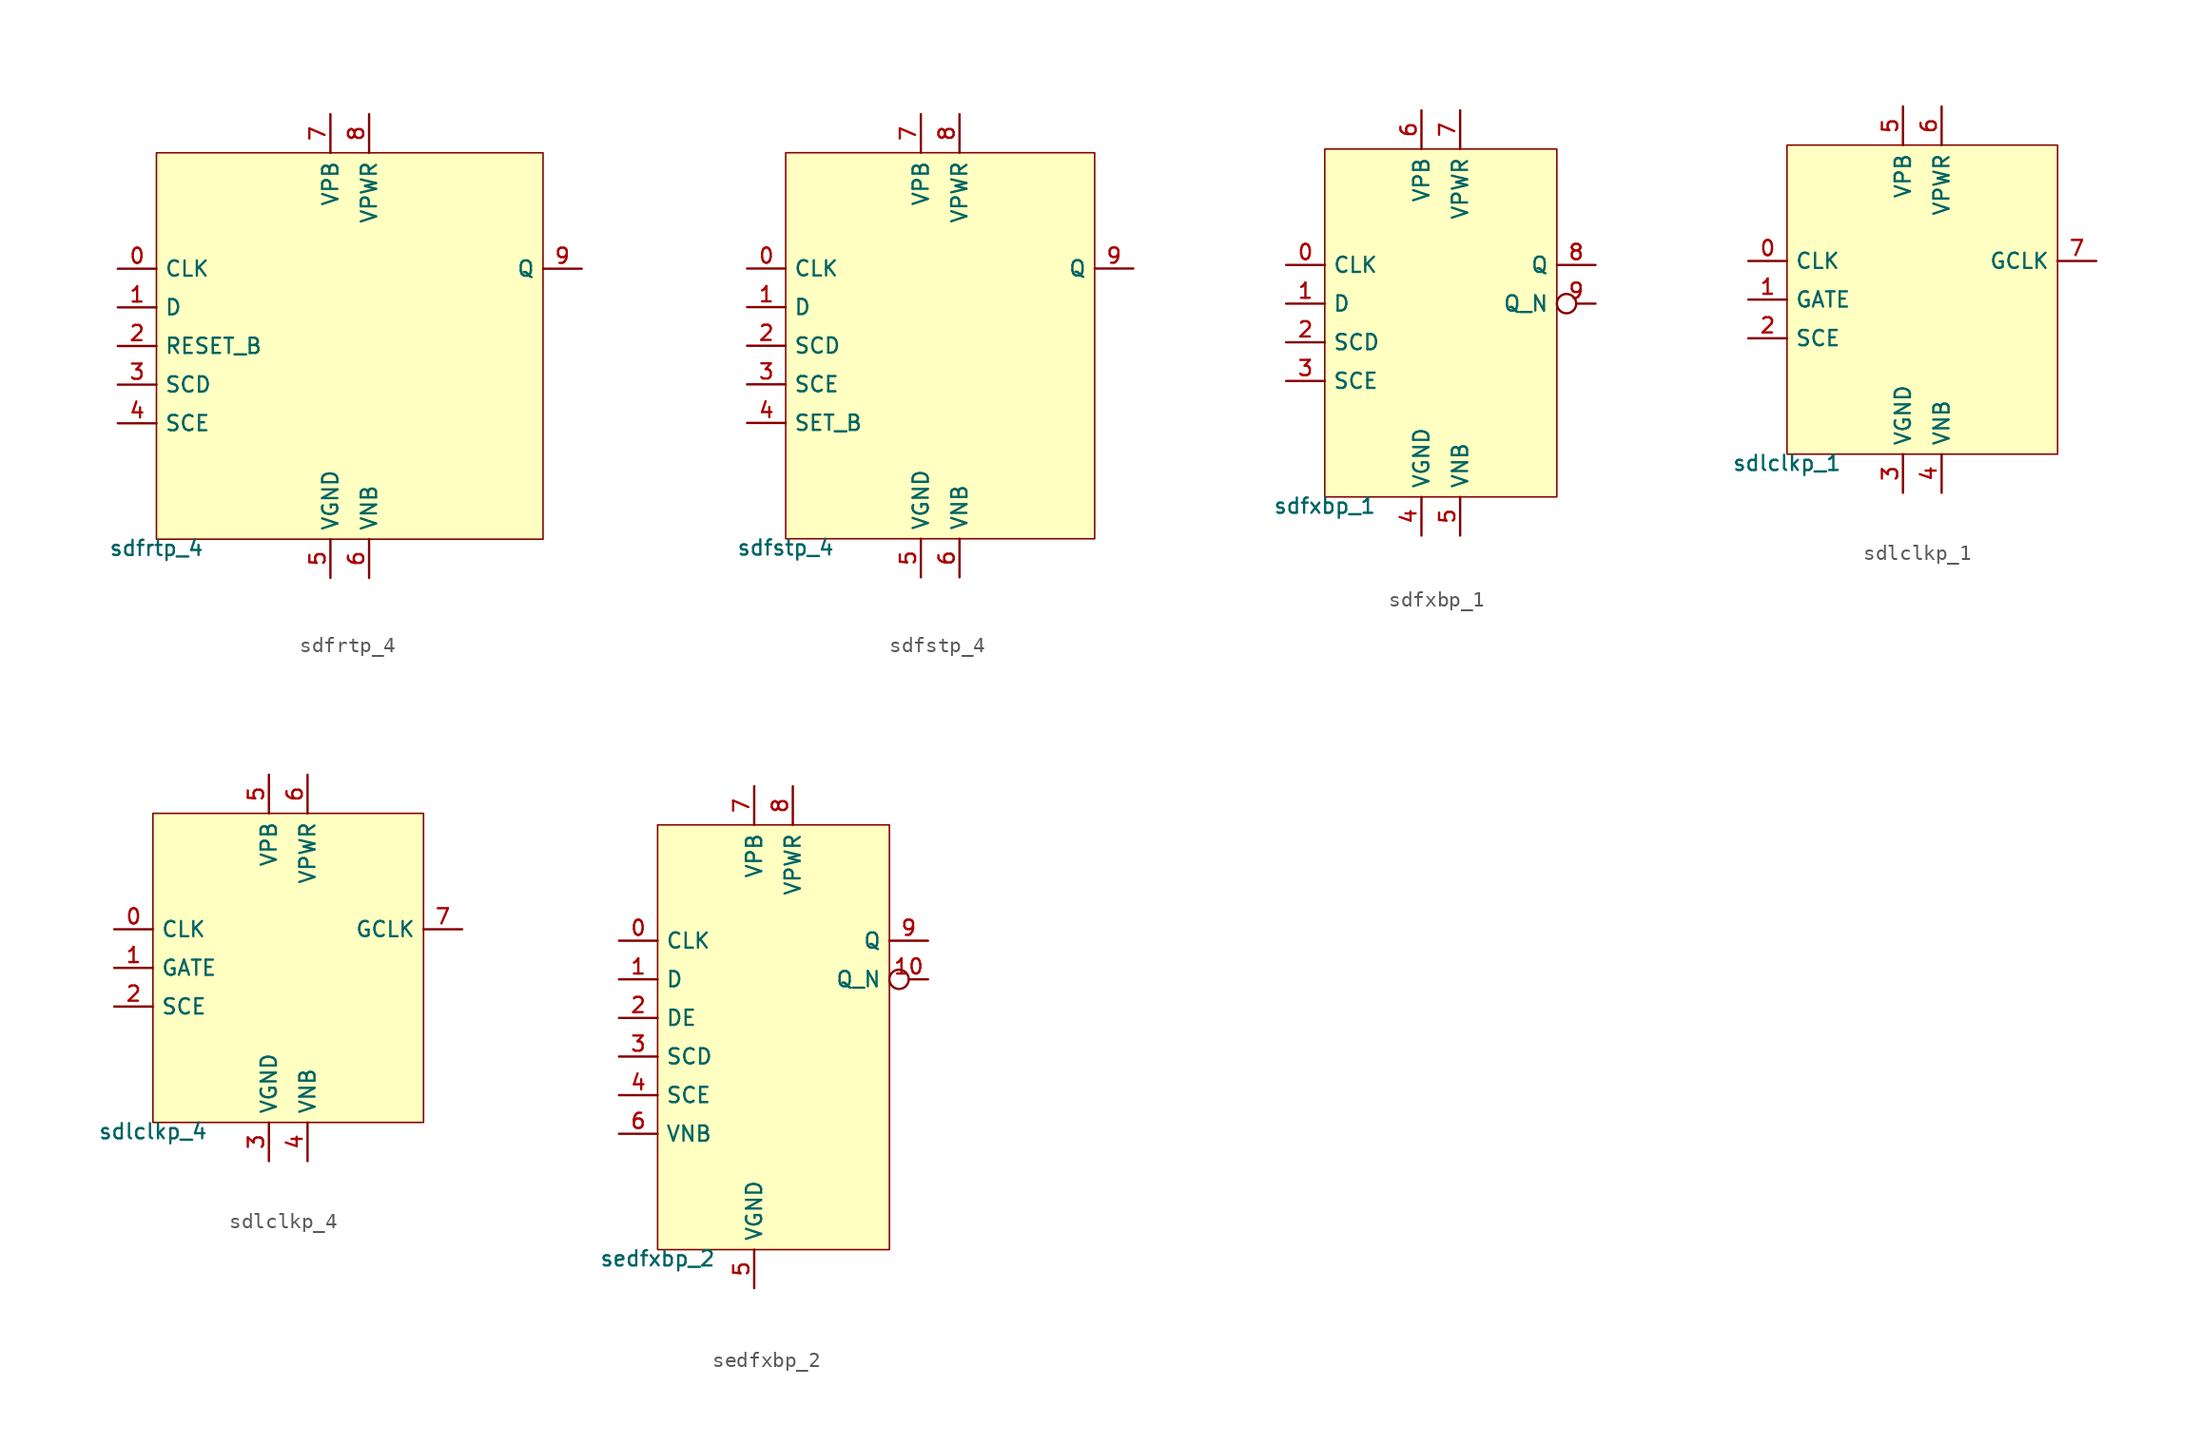
<source format=kicad_sym>
(kicad_symbol_lib
  (version 20211014)
  (generator lef2kicad_sym)
  (symbol "sdfrtp_4"
    (property "Reference" "CELL"
      (at 0 0 0)
      (effects (font (size 1 1)) hide))
    (property "Value" "sdfrtp_4"
      (at -12.7 -12.7 0)
      (effects (font (size 1 1)) (justify top)))
    (rectangle
      (start -12.7 -12.7)
      (end 12.7 12.7)
      (stroke (width 0.1) (type solid) (color 0 0 0 0))
      (fill (type background)))
    (pin input line
      (at -15.24 5.08 0)
      (length 2.54)
      (name "CLK" (effects (font (size 1 1)) hide))
      (number "0" (effects (font (size 1 1)) hide)))
    (pin input line
      (at -15.24 2.54 0)
      (length 2.54)
      (name "D" (effects (font (size 1 1)) hide))
      (number "1" (effects (font (size 1 1)) hide)))
    (pin input line
      (at -15.24 -8.881784197001252e-16 0)
      (length 2.54)
      (name "RESET_B" (effects (font (size 1 1)) hide))
      (number "2" (effects (font (size 1 1)) hide)))
    (pin input line
      (at -15.24 -2.54 0)
      (length 2.54)
      (name "SCD" (effects (font (size 1 1)) hide))
      (number "3" (effects (font (size 1 1)) hide)))
    (pin input line
      (at -15.24 -5.08 0)
      (length 2.54)
      (name "SCE" (effects (font (size 1 1)) hide))
      (number "4" (effects (font (size 1 1)) hide)))
    (pin power_in line
      (at -1.27 -15.24 90)
      (length 2.54)
      (name "VGND" (effects (font (size 1 1)) hide))
      (number "5" (effects (font (size 1 1)) hide)))
    (pin power_in line
      (at 1.27 -15.24 90)
      (length 2.54)
      (name "VNB" (effects (font (size 1 1)) hide))
      (number "6" (effects (font (size 1 1)) hide)))
    (pin power_in line
      (at -1.27 15.24 270)
      (length 2.54)
      (name "VPB" (effects (font (size 1 1)) hide))
      (number "7" (effects (font (size 1 1)) hide)))
    (pin power_in line
      (at 1.27 15.24 270)
      (length 2.54)
      (name "VPWR" (effects (font (size 1 1)) hide))
      (number "8" (effects (font (size 1 1)) hide)))
    (pin output line
      (at 15.24 5.08 180)
      (length 2.54)
      (name "Q" (effects (font (size 1 1)) hide))
      (number "9" (effects (font (size 1 1)) hide))))
  (symbol "sdfstp_4"
    (property "Reference" "CELL"
      (at 0 0 0)
      (effects (font (size 1 1)) hide))
    (property "Value" "sdfstp_4"
      (at -10.16 -12.7 0)
      (effects (font (size 1 1)) (justify top)))
    (rectangle
      (start -10.16 -12.7)
      (end 10.16 12.7)
      (stroke (width 0.1) (type solid) (color 0 0 0 0))
      (fill (type background)))
    (pin input line
      (at -12.7 5.08 0)
      (length 2.54)
      (name "CLK" (effects (font (size 1 1)) hide))
      (number "0" (effects (font (size 1 1)) hide)))
    (pin input line
      (at -12.7 2.54 0)
      (length 2.54)
      (name "D" (effects (font (size 1 1)) hide))
      (number "1" (effects (font (size 1 1)) hide)))
    (pin input line
      (at -12.7 -8.881784197001252e-16 0)
      (length 2.54)
      (name "SCD" (effects (font (size 1 1)) hide))
      (number "2" (effects (font (size 1 1)) hide)))
    (pin input line
      (at -12.7 -2.54 0)
      (length 2.54)
      (name "SCE" (effects (font (size 1 1)) hide))
      (number "3" (effects (font (size 1 1)) hide)))
    (pin input line
      (at -12.7 -5.08 0)
      (length 2.54)
      (name "SET_B" (effects (font (size 1 1)) hide))
      (number "4" (effects (font (size 1 1)) hide)))
    (pin power_in line
      (at -1.27 -15.24 90)
      (length 2.54)
      (name "VGND" (effects (font (size 1 1)) hide))
      (number "5" (effects (font (size 1 1)) hide)))
    (pin power_in line
      (at 1.27 -15.24 90)
      (length 2.54)
      (name "VNB" (effects (font (size 1 1)) hide))
      (number "6" (effects (font (size 1 1)) hide)))
    (pin power_in line
      (at -1.27 15.24 270)
      (length 2.54)
      (name "VPB" (effects (font (size 1 1)) hide))
      (number "7" (effects (font (size 1 1)) hide)))
    (pin power_in line
      (at 1.27 15.24 270)
      (length 2.54)
      (name "VPWR" (effects (font (size 1 1)) hide))
      (number "8" (effects (font (size 1 1)) hide)))
    (pin output line
      (at 12.7 5.08 180)
      (length 2.54)
      (name "Q" (effects (font (size 1 1)) hide))
      (number "9" (effects (font (size 1 1)) hide))))
  (symbol "sdfxbp_1"
    (property "Reference" "CELL"
      (at 0 0 0)
      (effects (font (size 1 1)) hide))
    (property "Value" "sdfxbp_1"
      (at -7.62 -11.43 0)
      (effects (font (size 1 1)) (justify top)))
    (rectangle
      (start -7.62 -11.43)
      (end 7.62 11.43)
      (stroke (width 0.1) (type solid) (color 0 0 0 0))
      (fill (type background)))
    (pin input line
      (at -10.16 3.81 0)
      (length 2.54)
      (name "CLK" (effects (font (size 1 1)) hide))
      (number "0" (effects (font (size 1 1)) hide)))
    (pin input line
      (at -10.16 1.27 0)
      (length 2.54)
      (name "D" (effects (font (size 1 1)) hide))
      (number "1" (effects (font (size 1 1)) hide)))
    (pin input line
      (at -10.16 -1.27 0)
      (length 2.54)
      (name "SCD" (effects (font (size 1 1)) hide))
      (number "2" (effects (font (size 1 1)) hide)))
    (pin input line
      (at -10.16 -3.81 0)
      (length 2.54)
      (name "SCE" (effects (font (size 1 1)) hide))
      (number "3" (effects (font (size 1 1)) hide)))
    (pin power_in line
      (at -1.27 -13.97 90)
      (length 2.54)
      (name "VGND" (effects (font (size 1 1)) hide))
      (number "4" (effects (font (size 1 1)) hide)))
    (pin power_in line
      (at 1.27 -13.97 90)
      (length 2.54)
      (name "VNB" (effects (font (size 1 1)) hide))
      (number "5" (effects (font (size 1 1)) hide)))
    (pin power_in line
      (at -1.27 13.97 270)
      (length 2.54)
      (name "VPB" (effects (font (size 1 1)) hide))
      (number "6" (effects (font (size 1 1)) hide)))
    (pin power_in line
      (at 1.27 13.97 270)
      (length 2.54)
      (name "VPWR" (effects (font (size 1 1)) hide))
      (number "7" (effects (font (size 1 1)) hide)))
    (pin output line
      (at 10.16 3.81 180)
      (length 2.54)
      (name "Q" (effects (font (size 1 1)) hide))
      (number "8" (effects (font (size 1 1)) hide)))
    (pin output inverted
      (at 10.16 1.27 180)
      (length 2.54)
      (name "Q_N" (effects (font (size 1 1)) hide))
      (number "9" (effects (font (size 1 1)) hide))))
  (symbol "sdlclkp_1"
    (property "Reference" "CELL"
      (at 0 0 0)
      (effects (font (size 1 1)) hide))
    (property "Value" "sdlclkp_1"
      (at -8.89 -10.16 0)
      (effects (font (size 1 1)) (justify top)))
    (rectangle
      (start -8.89 -10.16)
      (end 8.89 10.16)
      (stroke (width 0.1) (type solid) (color 0 0 0 0))
      (fill (type background)))
    (pin input line
      (at -11.43 2.54 0)
      (length 2.54)
      (name "CLK" (effects (font (size 1 1)) hide))
      (number "0" (effects (font (size 1 1)) hide)))
    (pin input line
      (at -11.43 0.0 0)
      (length 2.54)
      (name "GATE" (effects (font (size 1 1)) hide))
      (number "1" (effects (font (size 1 1)) hide)))
    (pin input line
      (at -11.43 -2.54 0)
      (length 2.54)
      (name "SCE" (effects (font (size 1 1)) hide))
      (number "2" (effects (font (size 1 1)) hide)))
    (pin power_in line
      (at -1.27 -12.7 90)
      (length 2.54)
      (name "VGND" (effects (font (size 1 1)) hide))
      (number "3" (effects (font (size 1 1)) hide)))
    (pin power_in line
      (at 1.27 -12.7 90)
      (length 2.54)
      (name "VNB" (effects (font (size 1 1)) hide))
      (number "4" (effects (font (size 1 1)) hide)))
    (pin power_in line
      (at -1.27 12.7 270)
      (length 2.54)
      (name "VPB" (effects (font (size 1 1)) hide))
      (number "5" (effects (font (size 1 1)) hide)))
    (pin power_in line
      (at 1.27 12.7 270)
      (length 2.54)
      (name "VPWR" (effects (font (size 1 1)) hide))
      (number "6" (effects (font (size 1 1)) hide)))
    (pin output line
      (at 11.43 2.54 180)
      (length 2.54)
      (name "GCLK" (effects (font (size 1 1)) hide))
      (number "7" (effects (font (size 1 1)) hide))))
  (symbol "sdlclkp_4"
    (property "Reference" "CELL"
      (at 0 0 0)
      (effects (font (size 1 1)) hide))
    (property "Value" "sdlclkp_4"
      (at -8.89 -10.16 0)
      (effects (font (size 1 1)) (justify top)))
    (rectangle
      (start -8.89 -10.16)
      (end 8.89 10.16)
      (stroke (width 0.1) (type solid) (color 0 0 0 0))
      (fill (type background)))
    (pin input line
      (at -11.43 2.54 0)
      (length 2.54)
      (name "CLK" (effects (font (size 1 1)) hide))
      (number "0" (effects (font (size 1 1)) hide)))
    (pin input line
      (at -11.43 0.0 0)
      (length 2.54)
      (name "GATE" (effects (font (size 1 1)) hide))
      (number "1" (effects (font (size 1 1)) hide)))
    (pin input line
      (at -11.43 -2.54 0)
      (length 2.54)
      (name "SCE" (effects (font (size 1 1)) hide))
      (number "2" (effects (font (size 1 1)) hide)))
    (pin power_in line
      (at -1.27 -12.7 90)
      (length 2.54)
      (name "VGND" (effects (font (size 1 1)) hide))
      (number "3" (effects (font (size 1 1)) hide)))
    (pin power_in line
      (at 1.27 -12.7 90)
      (length 2.54)
      (name "VNB" (effects (font (size 1 1)) hide))
      (number "4" (effects (font (size 1 1)) hide)))
    (pin power_in line
      (at -1.27 12.7 270)
      (length 2.54)
      (name "VPB" (effects (font (size 1 1)) hide))
      (number "5" (effects (font (size 1 1)) hide)))
    (pin power_in line
      (at 1.27 12.7 270)
      (length 2.54)
      (name "VPWR" (effects (font (size 1 1)) hide))
      (number "6" (effects (font (size 1 1)) hide)))
    (pin output line
      (at 11.43 2.54 180)
      (length 2.54)
      (name "GCLK" (effects (font (size 1 1)) hide))
      (number "7" (effects (font (size 1 1)) hide))))
  (symbol "sedfxbp_2"
    (property "Reference" "CELL"
      (at 0 0 0)
      (effects (font (size 1 1)) hide))
    (property "Value" "sedfxbp_2"
      (at -7.62 -13.97 0)
      (effects (font (size 1 1)) (justify top)))
    (rectangle
      (start -7.62 -13.97)
      (end 7.62 13.97)
      (stroke (width 0.1) (type solid) (color 0 0 0 0))
      (fill (type background)))
    (pin input line
      (at -10.16 6.35 0)
      (length 2.54)
      (name "CLK" (effects (font (size 1 1)) hide))
      (number "0" (effects (font (size 1 1)) hide)))
    (pin input line
      (at -10.16 3.81 0)
      (length 2.54)
      (name "D" (effects (font (size 1 1)) hide))
      (number "1" (effects (font (size 1 1)) hide)))
    (pin input line
      (at -10.16 1.27 0)
      (length 2.54)
      (name "DE" (effects (font (size 1 1)) hide))
      (number "2" (effects (font (size 1 1)) hide)))
    (pin input line
      (at -10.16 -1.27 0)
      (length 2.54)
      (name "SCD" (effects (font (size 1 1)) hide))
      (number "3" (effects (font (size 1 1)) hide)))
    (pin input line
      (at -10.16 -3.81 0)
      (length 2.54)
      (name "SCE" (effects (font (size 1 1)) hide))
      (number "4" (effects (font (size 1 1)) hide)))
    (pin power_in line
      (at -1.27 -16.51 90)
      (length 2.54)
      (name "VGND" (effects (font (size 1 1)) hide))
      (number "5" (effects (font (size 1 1)) hide)))
    (pin input line
      (at -10.16 -6.35 0)
      (length 2.54)
      (name "VNB" (effects (font (size 1 1)) hide))
      (number "6" (effects (font (size 1 1)) hide)))
    (pin power_in line
      (at -1.27 16.51 270)
      (length 2.54)
      (name "VPB" (effects (font (size 1 1)) hide))
      (number "7" (effects (font (size 1 1)) hide)))
    (pin power_in line
      (at 1.27 16.51 270)
      (length 2.54)
      (name "VPWR" (effects (font (size 1 1)) hide))
      (number "8" (effects (font (size 1 1)) hide)))
    (pin output line
      (at 10.16 6.35 180)
      (length 2.54)
      (name "Q" (effects (font (size 1 1)) hide))
      (number "9" (effects (font (size 1 1)) hide)))
    (pin output inverted
      (at 10.16 3.81 180)
      (length 2.54)
      (name "Q_N" (effects (font (size 1 1)) hide))
      (number "10" (effects (font (size 1 1)) hide)))))
</source>
